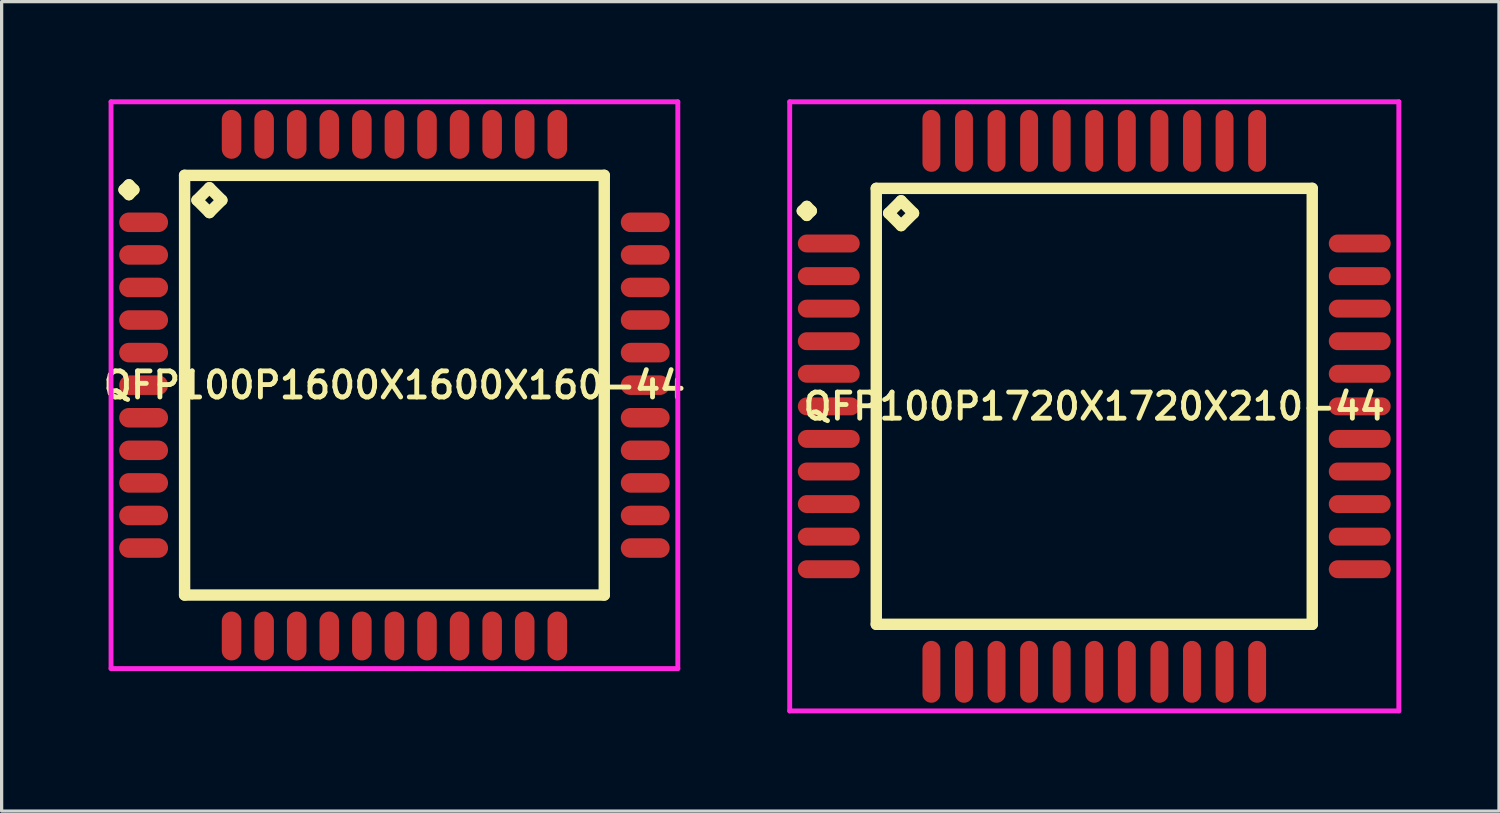
<source format=kicad_pcb>
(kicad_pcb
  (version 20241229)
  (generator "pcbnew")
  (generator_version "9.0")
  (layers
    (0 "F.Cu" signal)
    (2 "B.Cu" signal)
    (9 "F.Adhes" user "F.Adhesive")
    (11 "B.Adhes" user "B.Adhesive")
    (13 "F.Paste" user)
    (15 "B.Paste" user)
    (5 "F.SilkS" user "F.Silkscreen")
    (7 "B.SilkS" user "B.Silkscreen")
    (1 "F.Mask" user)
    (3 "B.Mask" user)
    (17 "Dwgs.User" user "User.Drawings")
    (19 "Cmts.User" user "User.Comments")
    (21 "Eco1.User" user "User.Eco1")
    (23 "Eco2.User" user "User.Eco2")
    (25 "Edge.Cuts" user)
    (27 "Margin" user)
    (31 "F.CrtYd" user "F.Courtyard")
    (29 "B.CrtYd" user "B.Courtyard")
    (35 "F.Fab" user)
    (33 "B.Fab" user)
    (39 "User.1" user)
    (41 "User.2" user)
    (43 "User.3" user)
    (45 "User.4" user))
  (footprint "QFP100P1600X1600X160-44"
    (layer "F.Cu")
    (at 9.059 8.775)
    (property "Reference" "QFP100P1600X1600X160-44" (at 0 0 0) (layer "F.SilkS") (effects (font (size 0.8 0.8) (thickness 0.15))))
    (attr smd)
    (fp_line (start -8.3 -6) (end -8.15 -6.15) (stroke (width 0.35) (type solid)) (layer "F.SilkS"))
    (fp_line (start -8.15 -6.15) (end -8 -6) (stroke (width 0.35) (type solid)) (layer "F.SilkS"))
    (fp_line (start -8.15 -5.85) (end -8.3 -6) (stroke (width 0.35) (type solid)) (layer "F.SilkS"))
    (fp_line (start -8 -6) (end -8.15 -5.85) (stroke (width 0.35) (type solid)) (layer "F.SilkS"))
    (fp_line (start -6.442 -6.442) (end -6.442 6.442) (stroke (width 0.35) (type solid)) (layer "F.SilkS"))
    (fp_line (start -6.442 6.442) (end 6.442 6.442) (stroke (width 0.35) (type solid)) (layer "F.SilkS"))
    (fp_line (start -6.061 -5.68) (end -5.68 -6.061) (stroke (width 0.35) (type solid)) (layer "F.SilkS"))
    (fp_line (start -5.68 -6.061) (end -5.299 -5.68) (stroke (width 0.35) (type solid)) (layer "F.SilkS"))
    (fp_line (start -5.68 -5.299) (end -6.061 -5.68) (stroke (width 0.35) (type solid)) (layer "F.SilkS"))
    (fp_line (start -5.299 -5.68) (end -5.68 -5.299) (stroke (width 0.35) (type solid)) (layer "F.SilkS"))
    (fp_line (start 6.442 -6.442) (end -6.442 -6.442) (stroke (width 0.35) (type solid)) (layer "F.SilkS"))
    (fp_line (start 6.442 6.442) (end 6.442 -6.442) (stroke (width 0.35) (type solid)) (layer "F.SilkS"))
    (fp_line (start -8.7 -8.7) (end 8.7 -8.7) (stroke (width 0.15) (type solid)) (layer "F.CrtYd"))
    (fp_line (start -8.7 8.7) (end -8.7 -8.7) (stroke (width 0.15) (type solid)) (layer "F.CrtYd"))
    (fp_line (start 8.7 -8.7) (end 8.7 8.7) (stroke (width 0.15) (type solid)) (layer "F.CrtYd"))
    (fp_line (start 8.7 8.7) (end -8.7 8.7) (stroke (width 0.15) (type solid)) (layer "F.CrtYd"))
    (pad "1" smd oval (at -7.7 -5) (size 1.5 0.6) (layers "F.Cu" "F.Mask" "F.Paste"))
    (pad "2" smd oval (at -7.7 -4) (size 1.5 0.6) (layers "F.Cu" "F.Mask" "F.Paste"))
    (pad "3" smd oval (at -7.7 -3) (size 1.5 0.6) (layers "F.Cu" "F.Mask" "F.Paste"))
    (pad "4" smd oval (at -7.7 -2) (size 1.5 0.6) (layers "F.Cu" "F.Mask" "F.Paste"))
    (pad "5" smd oval (at -7.7 -1) (size 1.5 0.6) (layers "F.Cu" "F.Mask" "F.Paste"))
    (pad "6" smd oval (at -7.7 0) (size 1.5 0.6) (layers "F.Cu" "F.Mask" "F.Paste"))
    (pad "7" smd oval (at -7.7 1) (size 1.5 0.6) (layers "F.Cu" "F.Mask" "F.Paste"))
    (pad "8" smd oval (at -7.7 2) (size 1.5 0.6) (layers "F.Cu" "F.Mask" "F.Paste"))
    (pad "9" smd oval (at -7.7 3) (size 1.5 0.6) (layers "F.Cu" "F.Mask" "F.Paste"))
    (pad "10" smd oval (at -7.7 4) (size 1.5 0.6) (layers "F.Cu" "F.Mask" "F.Paste"))
    (pad "11" smd oval (at -7.7 5) (size 1.5 0.6) (layers "F.Cu" "F.Mask" "F.Paste"))
    (pad "12" smd oval (at -5 7.7) (size 0.6 1.5) (layers "F.Cu" "F.Mask" "F.Paste"))
    (pad "13" smd oval (at -4 7.7) (size 0.6 1.5) (layers "F.Cu" "F.Mask" "F.Paste"))
    (pad "14" smd oval (at -3 7.7) (size 0.6 1.5) (layers "F.Cu" "F.Mask" "F.Paste"))
    (pad "15" smd oval (at -2 7.7) (size 0.6 1.5) (layers "F.Cu" "F.Mask" "F.Paste"))
    (pad "16" smd oval (at -1 7.7) (size 0.6 1.5) (layers "F.Cu" "F.Mask" "F.Paste"))
    (pad "17" smd oval (at 0 7.7) (size 0.6 1.5) (layers "F.Cu" "F.Mask" "F.Paste"))
    (pad "18" smd oval (at 1 7.7) (size 0.6 1.5) (layers "F.Cu" "F.Mask" "F.Paste"))
    (pad "19" smd oval (at 2 7.7) (size 0.6 1.5) (layers "F.Cu" "F.Mask" "F.Paste"))
    (pad "20" smd oval (at 3 7.7) (size 0.6 1.5) (layers "F.Cu" "F.Mask" "F.Paste"))
    (pad "21" smd oval (at 4 7.7) (size 0.6 1.5) (layers "F.Cu" "F.Mask" "F.Paste"))
    (pad "22" smd oval (at 5 7.7) (size 0.6 1.5) (layers "F.Cu" "F.Mask" "F.Paste"))
    (pad "23" smd oval (at 7.7 5) (size 1.5 0.6) (layers "F.Cu" "F.Mask" "F.Paste"))
    (pad "24" smd oval (at 7.7 4) (size 1.5 0.6) (layers "F.Cu" "F.Mask" "F.Paste"))
    (pad "25" smd oval (at 7.7 3) (size 1.5 0.6) (layers "F.Cu" "F.Mask" "F.Paste"))
    (pad "26" smd oval (at 7.7 2) (size 1.5 0.6) (layers "F.Cu" "F.Mask" "F.Paste"))
    (pad "27" smd oval (at 7.7 1) (size 1.5 0.6) (layers "F.Cu" "F.Mask" "F.Paste"))
    (pad "28" smd oval (at 7.7 0) (size 1.5 0.6) (layers "F.Cu" "F.Mask" "F.Paste"))
    (pad "29" smd oval (at 7.7 -1) (size 1.5 0.6) (layers "F.Cu" "F.Mask" "F.Paste"))
    (pad "30" smd oval (at 7.7 -2) (size 1.5 0.6) (layers "F.Cu" "F.Mask" "F.Paste"))
    (pad "31" smd oval (at 7.7 -3) (size 1.5 0.6) (layers "F.Cu" "F.Mask" "F.Paste"))
    (pad "32" smd oval (at 7.7 -4) (size 1.5 0.6) (layers "F.Cu" "F.Mask" "F.Paste"))
    (pad "33" smd oval (at 7.7 -5) (size 1.5 0.6) (layers "F.Cu" "F.Mask" "F.Paste"))
    (pad "34" smd oval (at 5 -7.7) (size 0.6 1.5) (layers "F.Cu" "F.Mask" "F.Paste"))
    (pad "35" smd oval (at 4 -7.7) (size 0.6 1.5) (layers "F.Cu" "F.Mask" "F.Paste"))
    (pad "36" smd oval (at 3 -7.7) (size 0.6 1.5) (layers "F.Cu" "F.Mask" "F.Paste"))
    (pad "37" smd oval (at 2 -7.7) (size 0.6 1.5) (layers "F.Cu" "F.Mask" "F.Paste"))
    (pad "38" smd oval (at 1 -7.7) (size 0.6 1.5) (layers "F.Cu" "F.Mask" "F.Paste"))
    (pad "39" smd oval (at 0 -7.7) (size 0.6 1.5) (layers "F.Cu" "F.Mask" "F.Paste"))
    (pad "40" smd oval (at -1 -7.7) (size 0.6 1.5) (layers "F.Cu" "F.Mask" "F.Paste"))
    (pad "41" smd oval (at -2 -7.7) (size 0.6 1.5) (layers "F.Cu" "F.Mask" "F.Paste"))
    (pad "42" smd oval (at -3 -7.7) (size 0.6 1.5) (layers "F.Cu" "F.Mask" "F.Paste"))
    (pad "43" smd oval (at -4 -7.7) (size 0.6 1.5) (layers "F.Cu" "F.Mask" "F.Paste"))
    (pad "44" smd oval (at -5 -7.7) (size 0.6 1.5) (layers "F.Cu" "F.Mask" "F.Paste")))
  (footprint "QFP100P1720X1720X210-44"
    (layer "F.Cu")
    (at 30.544 9.425)
    (property "Reference" "QFP100P1720X1720X210-44" (at 0 0 0) (layer "F.SilkS") (effects (font (size 0.8 0.8) (thickness 0.15))))
    (attr through_hole)
    (fp_line (start -8.963 -6) (end -8.825 -6.138) (stroke (width 0.35) (type solid)) (layer "F.SilkS"))
    (fp_line (start -8.825 -6.138) (end -8.688 -6) (stroke (width 0.35) (type solid)) (layer "F.SilkS"))
    (fp_line (start -8.825 -5.862) (end -8.963 -6) (stroke (width 0.35) (type solid)) (layer "F.SilkS"))
    (fp_line (start -8.688 -6) (end -8.825 -5.862) (stroke (width 0.35) (type solid)) (layer "F.SilkS"))
    (fp_line (start -6.692 -6.692) (end -6.692 6.692) (stroke (width 0.35) (type solid)) (layer "F.SilkS"))
    (fp_line (start -6.692 6.692) (end 6.692 6.692) (stroke (width 0.35) (type solid)) (layer "F.SilkS"))
    (fp_line (start -6.311 -5.93) (end -5.93 -6.311) (stroke (width 0.35) (type solid)) (layer "F.SilkS"))
    (fp_line (start -5.93 -6.311) (end -5.549 -5.93) (stroke (width 0.35) (type solid)) (layer "F.SilkS"))
    (fp_line (start -5.93 -5.549) (end -6.311 -5.93) (stroke (width 0.35) (type solid)) (layer "F.SilkS"))
    (fp_line (start -5.549 -5.93) (end -5.93 -5.549) (stroke (width 0.35) (type solid)) (layer "F.SilkS"))
    (fp_line (start 6.692 -6.692) (end -6.692 -6.692) (stroke (width 0.35) (type solid)) (layer "F.SilkS"))
    (fp_line (start 6.692 6.692) (end 6.692 -6.692) (stroke (width 0.35) (type solid)) (layer "F.SilkS"))
    (fp_line (start -9.35 -9.35) (end 9.35 -9.35) (stroke (width 0.15) (type solid)) (layer "F.CrtYd"))
    (fp_line (start -9.35 9.35) (end -9.35 -9.35) (stroke (width 0.15) (type solid)) (layer "F.CrtYd"))
    (fp_line (start 9.35 -9.35) (end 9.35 9.35) (stroke (width 0.15) (type solid)) (layer "F.CrtYd"))
    (fp_line (start 9.35 9.35) (end -9.35 9.35) (stroke (width 0.15) (type solid)) (layer "F.CrtYd"))
    (pad "1" smd oval (at -8.15 -5) (size 1.9 0.55) (layers "F.Cu" "F.Mask" "F.Paste"))
    (pad "2" smd oval (at -8.15 -4) (size 1.9 0.55) (layers "F.Cu" "F.Mask" "F.Paste"))
    (pad "3" smd oval (at -8.15 -3) (size 1.9 0.55) (layers "F.Cu" "F.Mask" "F.Paste"))
    (pad "4" smd oval (at -8.15 -2) (size 1.9 0.55) (layers "F.Cu" "F.Mask" "F.Paste"))
    (pad "5" smd oval (at -8.15 -1) (size 1.9 0.55) (layers "F.Cu" "F.Mask" "F.Paste"))
    (pad "6" smd oval (at -8.15 0) (size 1.9 0.55) (layers "F.Cu" "F.Mask" "F.Paste"))
    (pad "7" smd oval (at -8.15 1) (size 1.9 0.55) (layers "F.Cu" "F.Mask" "F.Paste"))
    (pad "8" smd oval (at -8.15 2) (size 1.9 0.55) (layers "F.Cu" "F.Mask" "F.Paste"))
    (pad "9" smd oval (at -8.15 3) (size 1.9 0.55) (layers "F.Cu" "F.Mask" "F.Paste"))
    (pad "10" smd oval (at -8.15 4) (size 1.9 0.55) (layers "F.Cu" "F.Mask" "F.Paste"))
    (pad "11" smd oval (at -8.15 5) (size 1.9 0.55) (layers "F.Cu" "F.Mask" "F.Paste"))
    (pad "12" smd oval (at -5 8.15) (size 0.55 1.9) (layers "F.Cu" "F.Mask" "F.Paste"))
    (pad "13" smd oval (at -4 8.15) (size 0.55 1.9) (layers "F.Cu" "F.Mask" "F.Paste"))
    (pad "14" smd oval (at -3 8.15) (size 0.55 1.9) (layers "F.Cu" "F.Mask" "F.Paste"))
    (pad "15" smd oval (at -2 8.15) (size 0.55 1.9) (layers "F.Cu" "F.Mask" "F.Paste"))
    (pad "16" smd oval (at -1 8.15) (size 0.55 1.9) (layers "F.Cu" "F.Mask" "F.Paste"))
    (pad "17" smd oval (at 0 8.15) (size 0.55 1.9) (layers "F.Cu" "F.Mask" "F.Paste"))
    (pad "18" smd oval (at 1 8.15) (size 0.55 1.9) (layers "F.Cu" "F.Mask" "F.Paste"))
    (pad "19" smd oval (at 2 8.15) (size 0.55 1.9) (layers "F.Cu" "F.Mask" "F.Paste"))
    (pad "20" smd oval (at 3 8.15) (size 0.55 1.9) (layers "F.Cu" "F.Mask" "F.Paste"))
    (pad "21" smd oval (at 4 8.15) (size 0.55 1.9) (layers "F.Cu" "F.Mask" "F.Paste"))
    (pad "22" smd oval (at 5 8.15) (size 0.55 1.9) (layers "F.Cu" "F.Mask" "F.Paste"))
    (pad "23" smd oval (at 8.15 5) (size 1.9 0.55) (layers "F.Cu" "F.Mask" "F.Paste"))
    (pad "24" smd oval (at 8.15 4) (size 1.9 0.55) (layers "F.Cu" "F.Mask" "F.Paste"))
    (pad "25" smd oval (at 8.15 3) (size 1.9 0.55) (layers "F.Cu" "F.Mask" "F.Paste"))
    (pad "26" smd oval (at 8.15 2) (size 1.9 0.55) (layers "F.Cu" "F.Mask" "F.Paste"))
    (pad "27" smd oval (at 8.15 1) (size 1.9 0.55) (layers "F.Cu" "F.Mask" "F.Paste"))
    (pad "28" smd oval (at 8.15 0) (size 1.9 0.55) (layers "F.Cu" "F.Mask" "F.Paste"))
    (pad "29" smd oval (at 8.15 -1) (size 1.9 0.55) (layers "F.Cu" "F.Mask" "F.Paste"))
    (pad "30" smd oval (at 8.15 -2) (size 1.9 0.55) (layers "F.Cu" "F.Mask" "F.Paste"))
    (pad "31" smd oval (at 8.15 -3) (size 1.9 0.55) (layers "F.Cu" "F.Mask" "F.Paste"))
    (pad "32" smd oval (at 8.15 -4) (size 1.9 0.55) (layers "F.Cu" "F.Mask" "F.Paste"))
    (pad "33" smd oval (at 8.15 -5) (size 1.9 0.55) (layers "F.Cu" "F.Mask" "F.Paste"))
    (pad "34" smd oval (at 5 -8.15) (size 0.55 1.9) (layers "F.Cu" "F.Mask" "F.Paste"))
    (pad "35" smd oval (at 4 -8.15) (size 0.55 1.9) (layers "F.Cu" "F.Mask" "F.Paste"))
    (pad "36" smd oval (at 3 -8.15) (size 0.55 1.9) (layers "F.Cu" "F.Mask" "F.Paste"))
    (pad "37" smd oval (at 2 -8.15) (size 0.55 1.9) (layers "F.Cu" "F.Mask" "F.Paste"))
    (pad "38" smd oval (at 1 -8.15) (size 0.55 1.9) (layers "F.Cu" "F.Mask" "F.Paste"))
    (pad "39" smd oval (at 0 -8.15) (size 0.55 1.9) (layers "F.Cu" "F.Mask" "F.Paste"))
    (pad "40" smd oval (at -1 -8.15) (size 0.55 1.9) (layers "F.Cu" "F.Mask" "F.Paste"))
    (pad "41" smd oval (at -2 -8.15) (size 0.55 1.9) (layers "F.Cu" "F.Mask" "F.Paste"))
    (pad "42" smd oval (at -3 -8.15) (size 0.55 1.9) (layers "F.Cu" "F.Mask" "F.Paste"))
    (pad "43" smd oval (at -4 -8.15) (size 0.55 1.9) (layers "F.Cu" "F.Mask" "F.Paste"))
    (pad "44" smd oval (at -5 -8.15) (size 0.55 1.9) (layers "F.Cu" "F.Mask" "F.Paste")))
  (gr_rect
    (start -3 -3)
    (end 42.969 21.85)
    (stroke (width 0.1) (type default))
    (fill no)
    (layer "Edge.Cuts")))
</source>
